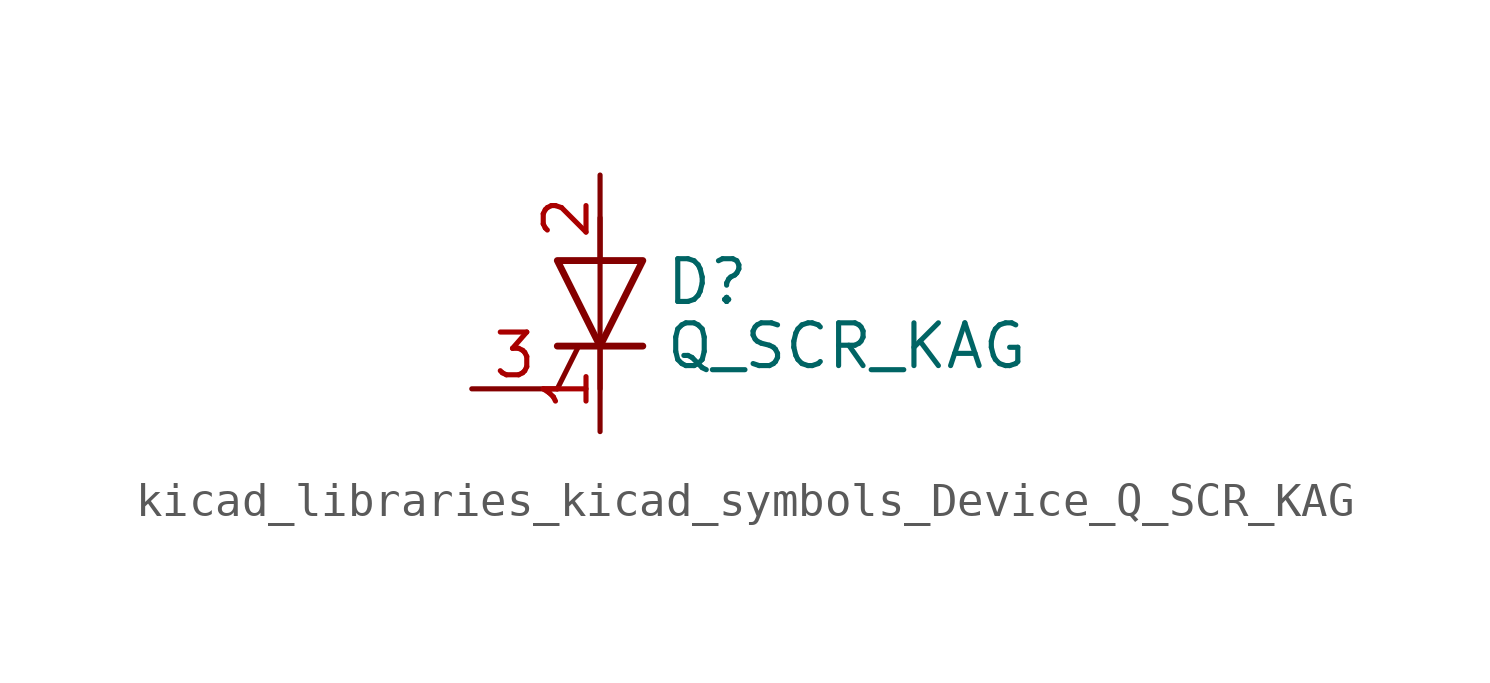
<source format=kicad_sym>
(kicad_symbol_lib
  (version 20220914)
  (generator kicad_symbol_editor)
  (symbol "kicad_libraries_kicad_symbols_Device_Q_SCR_KAG"
    (pin_names
      (offset 0) hide)
    (property "Reference" "D"
      (at 1.905 0.635 0)
      (effects (font (size 1.27 1.27)) (justify left)))
    (property "Value" "Q_SCR_KAG"
      (at 1.905 -1.27 0)
      (effects (font (size 1.27 1.27)) (justify left)))
    (symbol "kicad_libraries_kicad_symbols_Device_Q_SCR_KAG_0_1"
      (polyline (pts (xy -1.27 -2.54) (xy -0.635 -1.27)) (stroke (width 0) (type default)) (fill (type none)))
      (polyline (pts (xy -1.27 -1.27) (xy 1.27 -1.27)) (stroke (width 0.203) (type default)) (fill (type none)))
      (polyline (pts (xy 0 -2.54) (xy 0 2.54)) (stroke (width 0) (type default)) (fill (type none)))
      (polyline (pts (xy -1.27 1.27) (xy 1.27 1.27) (xy 0 -1.27) (xy -1.27 1.27)) (stroke (width 0.203) (type default)) (fill (type none))))
    (symbol "kicad_libraries_kicad_symbols_Device_Q_SCR_KAG_1_1"
      (pin passive line (at 0 -3.81 90) (length 2.54) (name "K" (effects (font (size 1.27 1.27)))) (number "1" (effects (font (size 1.27 1.27)))))
      (pin passive line (at 0 3.81 270) (length 2.54) (name "A" (effects (font (size 1.27 1.27)))) (number "2" (effects (font (size 1.27 1.27)))))
      (pin input line (at -3.81 -2.54 0) (length 2.54) (name "G" (effects (font (size 1.27 1.27)))) (number "3" (effects (font (size 1.27 1.27))))))))
</source>
